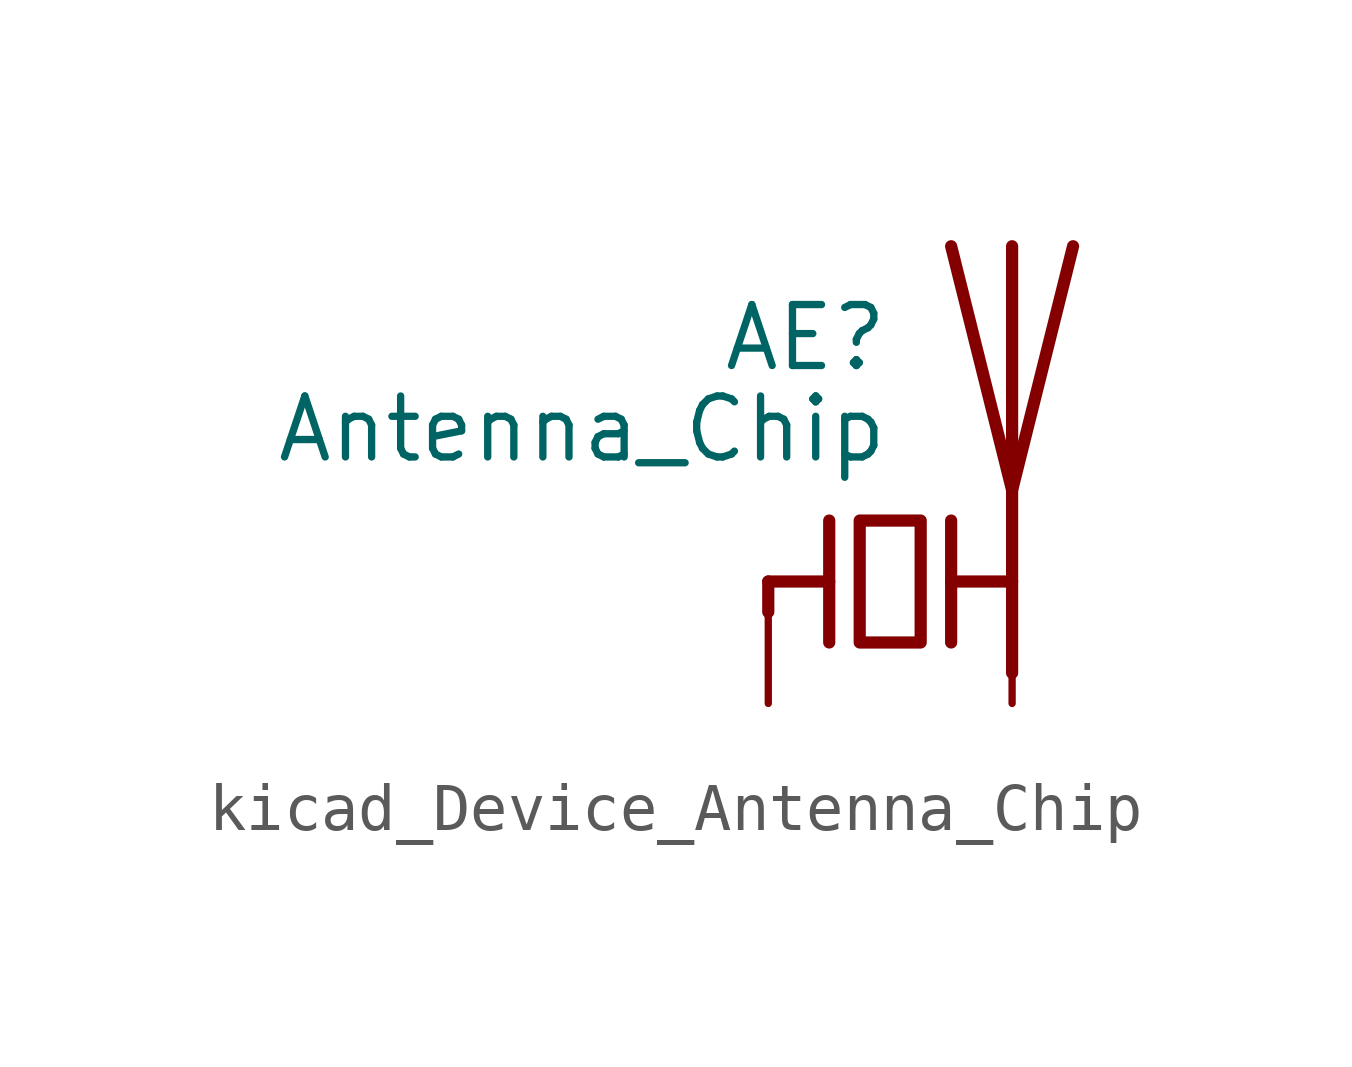
<source format=kicad_sym>
(kicad_symbol_lib
  (version 20220914)
  (generator kicad_symbol_editor)
  (symbol "kicad_Device_Antenna_Chip"
    (pin_numbers hide)
    (pin_names
      (offset 1.016) hide)
    (property "Reference" "AE"
      (at 0 5.08 0)
      (effects (font (size 1.27 1.27)) (justify right)))
    (property "Value" "Antenna_Chip"
      (at 0 3.175 0)
      (effects (font (size 1.27 1.27)) (justify right)))
    (symbol "kicad_Device_Antenna_Chip_0_1"
      (polyline (pts (xy -2.54 0) (xy -2.54 -0.635)) (stroke (width 0.254) (type default)) (fill (type none)))
      (polyline (pts (xy -2.54 0) (xy -1.27 0)) (stroke (width 0.254) (type default)) (fill (type none)))
      (polyline (pts (xy 1.27 0) (xy 2.54 0)) (stroke (width 0.254) (type default)) (fill (type none)))
      (polyline (pts (xy 1.27 1.27) (xy 1.27 -1.27)) (stroke (width 0.254) (type default)) (fill (type none)))
      (polyline (pts (xy 2.54 -0.635) (xy 2.54 0)) (stroke (width 0) (type default)) (fill (type none)))
      (polyline (pts (xy 2.54 6.985) (xy 2.54 -1.905)) (stroke (width 0.254) (type default)) (fill (type none)))
      (polyline (pts (xy -1.27 1.27) (xy -1.27 -1.27) (xy -1.27 0)) (stroke (width 0.254) (type default)) (fill (type none)))
      (polyline (pts (xy 3.81 6.985) (xy 2.54 1.905) (xy 1.27 6.985)) (stroke (width 0.254) (type default)) (fill (type none)))
      (polyline (pts (xy -0.635 1.27) (xy 0.635 1.27) (xy 0.635 -1.27) (xy -0.635 -1.27) (xy -0.635 1.27)) (stroke (width 0.254) (type default)) (fill (type none))))
    (symbol "kicad_Device_Antenna_Chip_1_1"
      (pin input line (at -2.54 -2.54 90) (length 2.54) (name "FEED" (effects (font (size 1.27 1.27)))) (number "1" (effects (font (size 1.27 1.27)))))
      (pin passive line (at 2.54 -2.54 90) (length 2.54) (name "PCB_Trace" (effects (font (size 1.27 1.27)))) (number "2" (effects (font (size 1.27 1.27))))))))
</source>
